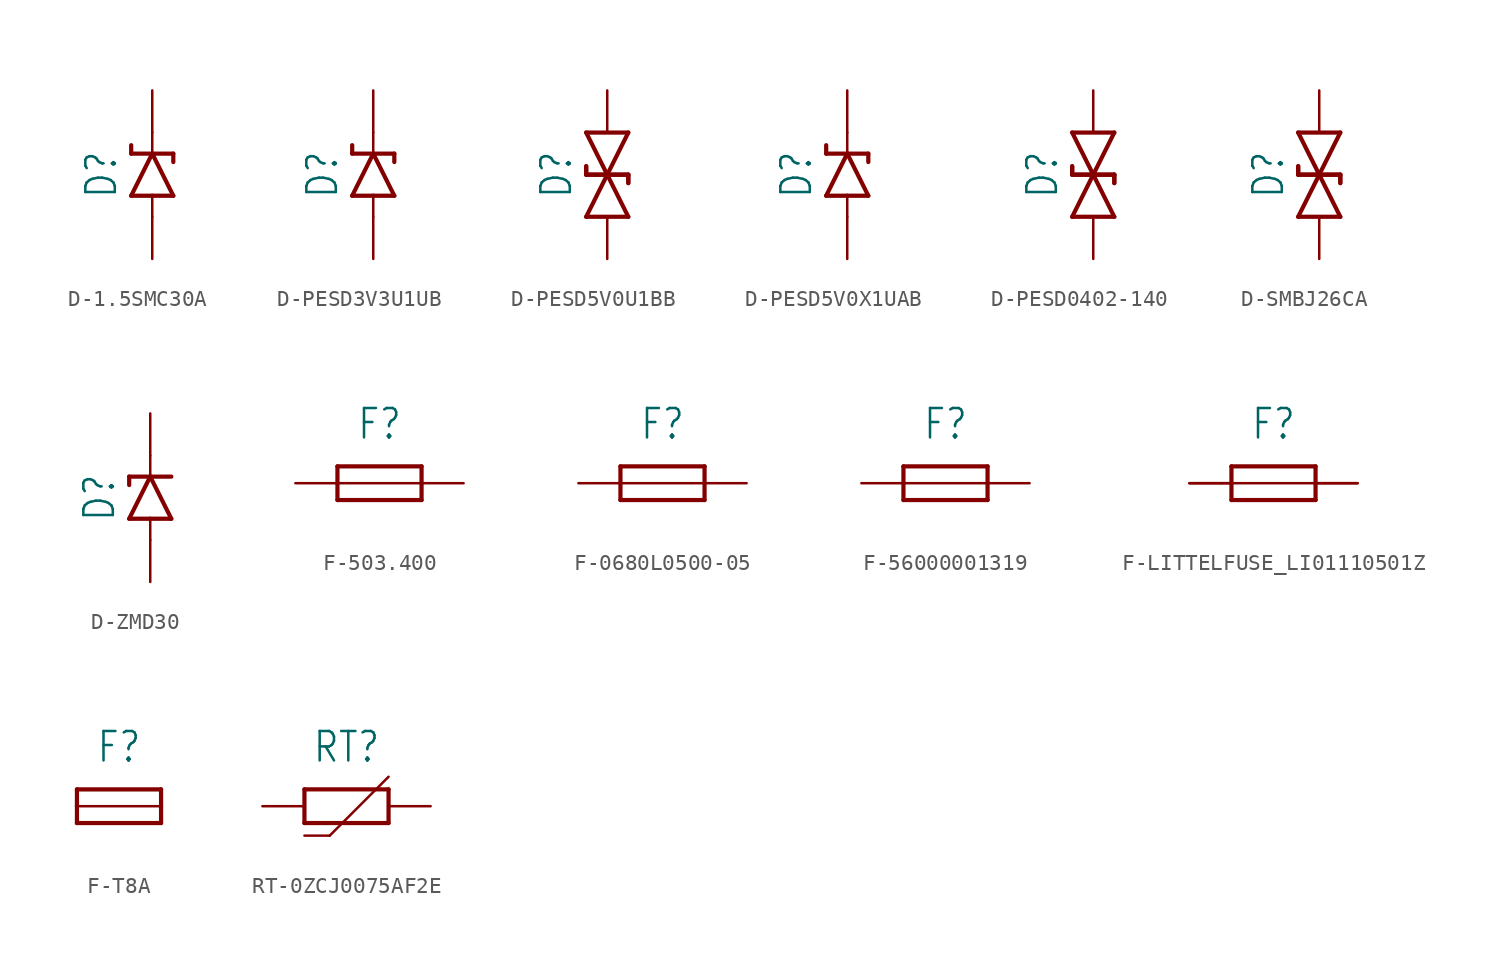
<source format=kicad_sym>
(kicad_symbol_lib
  (version 20231120)
  (generator "kicad_symbol_editor")
  (generator_version "8.0")
  (symbol "D-1.5SMC30A"
    (property "Reference" "D"
      (at -2.032 0 90)
      (effects (font (size 1.778 1.511)) (justify bottom)))
    (property "Value" ""
      (at 2.032 0 90)
      (effects (font (size 1.778 1.511)) (justify top)))
    (property "ki_locked" ""
      (at 0 0 0)
      (effects (font (size 1.27 1.27))))
    (symbol "D-1.5SMC30A_1_0"
      (polyline (pts (xy -1.27 -1.27) (xy 0 -1.27)) (stroke (width 0.254) (type solid)) (fill (type none)))
      (polyline (pts (xy -1.27 1.27) (xy -1.27 1.778)) (stroke (width 0.254) (type solid)) (fill (type none)))
      (polyline (pts (xy -1.27 1.27) (xy 0 1.27)) (stroke (width 0.254) (type solid)) (fill (type none)))
      (polyline (pts (xy 0 -2.54) (xy 0 -1.27)) (stroke (width 0.152) (type solid)) (fill (type none)))
      (polyline (pts (xy 0 -1.27) (xy 1.27 -1.27)) (stroke (width 0.254) (type solid)) (fill (type none)))
      (polyline (pts (xy 0 1.27) (xy -1.27 -1.27)) (stroke (width 0.254) (type solid)) (fill (type none)))
      (polyline (pts (xy 0 1.27) (xy 1.27 1.27)) (stroke (width 0.254) (type solid)) (fill (type none)))
      (polyline (pts (xy 0 2.54) (xy 0 1.27)) (stroke (width 0.152) (type solid)) (fill (type none)))
      (polyline (pts (xy 1.27 -1.27) (xy 0 1.27)) (stroke (width 0.254) (type solid)) (fill (type none)))
      (polyline (pts (xy 1.27 1.27) (xy 1.27 0.762)) (stroke (width 0.254) (type solid)) (fill (type none)))
      (pin passive line (at 0 -5.08 90) (length 2.54) (name "A" (effects (font (size 0 0)))) (number "A" (effects (font (size 0 0)))))
      (pin passive line (at 0 5.08 270) (length 2.54) (name "C" (effects (font (size 0 0)))) (number "C" (effects (font (size 0 0)))))))
  (symbol "D-PESD3V3U1UB"
    (property "Reference" "D"
      (at -2.032 0 90)
      (effects (font (size 1.778 1.511)) (justify bottom)))
    (property "Value" ""
      (at 2.032 0 90)
      (effects (font (size 1.778 1.511)) (justify top)))
    (property "ki_locked" ""
      (at 0 0 0)
      (effects (font (size 1.27 1.27))))
    (symbol "D-PESD3V3U1UB_1_0"
      (polyline (pts (xy -1.27 -1.27) (xy 0 -1.27)) (stroke (width 0.254) (type solid)) (fill (type none)))
      (polyline (pts (xy -1.27 1.27) (xy -1.27 1.778)) (stroke (width 0.254) (type solid)) (fill (type none)))
      (polyline (pts (xy -1.27 1.27) (xy 0 1.27)) (stroke (width 0.254) (type solid)) (fill (type none)))
      (polyline (pts (xy 0 -2.54) (xy 0 -1.27)) (stroke (width 0.152) (type solid)) (fill (type none)))
      (polyline (pts (xy 0 -1.27) (xy 1.27 -1.27)) (stroke (width 0.254) (type solid)) (fill (type none)))
      (polyline (pts (xy 0 1.27) (xy -1.27 -1.27)) (stroke (width 0.254) (type solid)) (fill (type none)))
      (polyline (pts (xy 0 1.27) (xy 1.27 1.27)) (stroke (width 0.254) (type solid)) (fill (type none)))
      (polyline (pts (xy 0 2.54) (xy 0 1.27)) (stroke (width 0.152) (type solid)) (fill (type none)))
      (polyline (pts (xy 1.27 -1.27) (xy 0 1.27)) (stroke (width 0.254) (type solid)) (fill (type none)))
      (polyline (pts (xy 1.27 1.27) (xy 1.27 0.762)) (stroke (width 0.254) (type solid)) (fill (type none)))
      (pin passive line (at 0 5.08 270) (length 2.54) (name "C" (effects (font (size 0 0)))) (number "1" (effects (font (size 0 0)))))
      (pin passive line (at 0 -5.08 90) (length 2.54) (name "A" (effects (font (size 0 0)))) (number "2" (effects (font (size 0 0)))))))
  (symbol "D-PESD5V0U1BB"
    (property "Reference" "D"
      (at -2.032 0 90)
      (effects (font (size 1.778 1.511)) (justify bottom)))
    (property "Value" ""
      (at 2.032 0 90)
      (effects (font (size 1.778 1.511)) (justify top)))
    (property "ki_locked" ""
      (at 0 0 0)
      (effects (font (size 1.27 1.27))))
    (symbol "D-PESD5V0U1BB_1_0"
      (polyline (pts (xy -1.27 -2.54) (xy 1.27 -2.54)) (stroke (width 0.254) (type solid)) (fill (type none)))
      (polyline (pts (xy -1.27 0) (xy -1.27 0.508)) (stroke (width 0.254) (type solid)) (fill (type none)))
      (polyline (pts (xy -1.27 0) (xy -1.27 0.508)) (stroke (width 0.254) (type solid)) (fill (type none)))
      (polyline (pts (xy -1.27 0) (xy 0 0)) (stroke (width 0.254) (type solid)) (fill (type none)))
      (polyline (pts (xy -1.27 2.54) (xy 0 0)) (stroke (width 0.254) (type solid)) (fill (type none)))
      (polyline (pts (xy 0 0) (xy -1.27 -2.54)) (stroke (width 0.254) (type solid)) (fill (type none)))
      (polyline (pts (xy 0 0) (xy -1.27 0)) (stroke (width 0.254) (type solid)) (fill (type none)))
      (polyline (pts (xy 0 0) (xy 1.27 0)) (stroke (width 0.254) (type solid)) (fill (type none)))
      (polyline (pts (xy 0 0) (xy 1.27 2.54)) (stroke (width 0.254) (type solid)) (fill (type none)))
      (polyline (pts (xy 1.27 -2.54) (xy 0 0)) (stroke (width 0.254) (type solid)) (fill (type none)))
      (polyline (pts (xy 1.27 0) (xy 0 0)) (stroke (width 0.254) (type solid)) (fill (type none)))
      (polyline (pts (xy 1.27 0) (xy 1.27 -0.508)) (stroke (width 0.254) (type solid)) (fill (type none)))
      (polyline (pts (xy 1.27 0) (xy 1.27 -0.508)) (stroke (width 0.254) (type solid)) (fill (type none)))
      (polyline (pts (xy 1.27 2.54) (xy -1.27 2.54)) (stroke (width 0.254) (type solid)) (fill (type none)))
      (pin passive line (at 0 -5.08 90) (length 2.54) (name "C2" (effects (font (size 0 0)))) (number "1" (effects (font (size 0 0)))))
      (pin passive line (at 0 5.08 270) (length 2.54) (name "C1" (effects (font (size 0 0)))) (number "2" (effects (font (size 0 0)))))))
  (symbol "D-PESD5V0X1UAB"
    (property "Reference" "D"
      (at -2.032 0 90)
      (effects (font (size 1.778 1.511)) (justify bottom)))
    (property "Value" ""
      (at 2.032 0 90)
      (effects (font (size 1.778 1.511)) (justify top)))
    (property "ki_locked" ""
      (at 0 0 0)
      (effects (font (size 1.27 1.27))))
    (symbol "D-PESD5V0X1UAB_1_0"
      (polyline (pts (xy -1.27 -1.27) (xy 0 -1.27)) (stroke (width 0.254) (type solid)) (fill (type none)))
      (polyline (pts (xy -1.27 1.27) (xy -1.27 1.778)) (stroke (width 0.254) (type solid)) (fill (type none)))
      (polyline (pts (xy -1.27 1.27) (xy 0 1.27)) (stroke (width 0.254) (type solid)) (fill (type none)))
      (polyline (pts (xy 0 -2.54) (xy 0 -1.27)) (stroke (width 0.152) (type solid)) (fill (type none)))
      (polyline (pts (xy 0 -1.27) (xy 1.27 -1.27)) (stroke (width 0.254) (type solid)) (fill (type none)))
      (polyline (pts (xy 0 1.27) (xy -1.27 -1.27)) (stroke (width 0.254) (type solid)) (fill (type none)))
      (polyline (pts (xy 0 1.27) (xy 1.27 1.27)) (stroke (width 0.254) (type solid)) (fill (type none)))
      (polyline (pts (xy 0 2.54) (xy 0 1.27)) (stroke (width 0.152) (type solid)) (fill (type none)))
      (polyline (pts (xy 1.27 -1.27) (xy 0 1.27)) (stroke (width 0.254) (type solid)) (fill (type none)))
      (polyline (pts (xy 1.27 1.27) (xy 1.27 0.762)) (stroke (width 0.254) (type solid)) (fill (type none)))
      (pin passive line (at 0 5.08 270) (length 2.54) (name "C" (effects (font (size 0 0)))) (number "1" (effects (font (size 0 0)))))
      (pin passive line (at 0 -5.08 90) (length 2.54) (name "A" (effects (font (size 0 0)))) (number "2" (effects (font (size 0 0)))))))
  (symbol "D-PESD0402-140"
    (property "Reference" "D"
      (at -2.032 0 90)
      (effects (font (size 1.778 1.511)) (justify bottom)))
    (property "Value" ""
      (at 2.032 0 90)
      (effects (font (size 1.778 1.511)) (justify top)))
    (property "ki_locked" ""
      (at 0 0 0)
      (effects (font (size 1.27 1.27))))
    (symbol "D-PESD0402-140_1_0"
      (polyline (pts (xy -1.27 -2.54) (xy 1.27 -2.54)) (stroke (width 0.254) (type solid)) (fill (type none)))
      (polyline (pts (xy -1.27 0) (xy -1.27 0.508)) (stroke (width 0.254) (type solid)) (fill (type none)))
      (polyline (pts (xy -1.27 0) (xy -1.27 0.508)) (stroke (width 0.254) (type solid)) (fill (type none)))
      (polyline (pts (xy -1.27 0) (xy 0 0)) (stroke (width 0.254) (type solid)) (fill (type none)))
      (polyline (pts (xy -1.27 2.54) (xy 0 0)) (stroke (width 0.254) (type solid)) (fill (type none)))
      (polyline (pts (xy 0 0) (xy -1.27 -2.54)) (stroke (width 0.254) (type solid)) (fill (type none)))
      (polyline (pts (xy 0 0) (xy -1.27 0)) (stroke (width 0.254) (type solid)) (fill (type none)))
      (polyline (pts (xy 0 0) (xy 1.27 0)) (stroke (width 0.254) (type solid)) (fill (type none)))
      (polyline (pts (xy 0 0) (xy 1.27 2.54)) (stroke (width 0.254) (type solid)) (fill (type none)))
      (polyline (pts (xy 1.27 -2.54) (xy 0 0)) (stroke (width 0.254) (type solid)) (fill (type none)))
      (polyline (pts (xy 1.27 0) (xy 0 0)) (stroke (width 0.254) (type solid)) (fill (type none)))
      (polyline (pts (xy 1.27 0) (xy 1.27 -0.508)) (stroke (width 0.254) (type solid)) (fill (type none)))
      (polyline (pts (xy 1.27 0) (xy 1.27 -0.508)) (stroke (width 0.254) (type solid)) (fill (type none)))
      (polyline (pts (xy 1.27 2.54) (xy -1.27 2.54)) (stroke (width 0.254) (type solid)) (fill (type none)))
      (pin passive line (at 0 -5.08 90) (length 2.54) (name "C2" (effects (font (size 0 0)))) (number "1" (effects (font (size 0 0)))))
      (pin passive line (at 0 5.08 270) (length 2.54) (name "C1" (effects (font (size 0 0)))) (number "2" (effects (font (size 0 0)))))))
  (symbol "D-SMBJ26CA"
    (property "Reference" "D"
      (at -2.032 0 90)
      (effects (font (size 1.778 1.511)) (justify bottom)))
    (property "Value" ""
      (at 2.032 0 90)
      (effects (font (size 1.778 1.511)) (justify top)))
    (property "ki_locked" ""
      (at 0 0 0)
      (effects (font (size 1.27 1.27))))
    (symbol "D-SMBJ26CA_1_0"
      (polyline (pts (xy -1.27 -2.54) (xy 1.27 -2.54)) (stroke (width 0.254) (type solid)) (fill (type none)))
      (polyline (pts (xy -1.27 0) (xy -1.27 0.508)) (stroke (width 0.254) (type solid)) (fill (type none)))
      (polyline (pts (xy -1.27 0) (xy -1.27 0.508)) (stroke (width 0.254) (type solid)) (fill (type none)))
      (polyline (pts (xy -1.27 0) (xy 0 0)) (stroke (width 0.254) (type solid)) (fill (type none)))
      (polyline (pts (xy -1.27 2.54) (xy 0 0)) (stroke (width 0.254) (type solid)) (fill (type none)))
      (polyline (pts (xy 0 0) (xy -1.27 -2.54)) (stroke (width 0.254) (type solid)) (fill (type none)))
      (polyline (pts (xy 0 0) (xy -1.27 0)) (stroke (width 0.254) (type solid)) (fill (type none)))
      (polyline (pts (xy 0 0) (xy 1.27 0)) (stroke (width 0.254) (type solid)) (fill (type none)))
      (polyline (pts (xy 0 0) (xy 1.27 2.54)) (stroke (width 0.254) (type solid)) (fill (type none)))
      (polyline (pts (xy 1.27 -2.54) (xy 0 0)) (stroke (width 0.254) (type solid)) (fill (type none)))
      (polyline (pts (xy 1.27 0) (xy 0 0)) (stroke (width 0.254) (type solid)) (fill (type none)))
      (polyline (pts (xy 1.27 0) (xy 1.27 -0.508)) (stroke (width 0.254) (type solid)) (fill (type none)))
      (polyline (pts (xy 1.27 0) (xy 1.27 -0.508)) (stroke (width 0.254) (type solid)) (fill (type none)))
      (polyline (pts (xy 1.27 2.54) (xy -1.27 2.54)) (stroke (width 0.254) (type solid)) (fill (type none)))
      (pin passive line (at 0 -5.08 90) (length 2.54) (name "C2" (effects (font (size 0 0)))) (number "A" (effects (font (size 0 0)))))
      (pin passive line (at 0 5.08 270) (length 2.54) (name "C1" (effects (font (size 0 0)))) (number "C" (effects (font (size 0 0)))))))
  (symbol "D-ZMD30"
    (property "Reference" "D"
      (at -2.032 0 90)
      (effects (font (size 1.778 1.511)) (justify bottom)))
    (property "Value" ""
      (at 2.032 0 90)
      (effects (font (size 1.778 1.511)) (justify top)))
    (property "ki_locked" ""
      (at 0 0 0)
      (effects (font (size 1.27 1.27))))
    (symbol "D-ZMD30_1_0"
      (polyline (pts (xy -1.27 -1.27) (xy 0 -1.27)) (stroke (width 0.254) (type solid)) (fill (type none)))
      (polyline (pts (xy -1.27 1.27) (xy -1.27 0.762)) (stroke (width 0.254) (type solid)) (fill (type none)))
      (polyline (pts (xy -1.27 1.27) (xy 0 1.27)) (stroke (width 0.254) (type solid)) (fill (type none)))
      (polyline (pts (xy 0 -2.54) (xy 0 -1.27)) (stroke (width 0.152) (type solid)) (fill (type none)))
      (polyline (pts (xy 0 -1.27) (xy 1.27 -1.27)) (stroke (width 0.254) (type solid)) (fill (type none)))
      (polyline (pts (xy 0 1.27) (xy -1.27 -1.27)) (stroke (width 0.254) (type solid)) (fill (type none)))
      (polyline (pts (xy 0 1.27) (xy 1.27 1.27)) (stroke (width 0.254) (type solid)) (fill (type none)))
      (polyline (pts (xy 0 2.54) (xy 0 1.27)) (stroke (width 0.152) (type solid)) (fill (type none)))
      (polyline (pts (xy 1.27 -1.27) (xy 0 1.27)) (stroke (width 0.254) (type solid)) (fill (type none)))
      (pin passive line (at 0 -5.08 90) (length 2.54) (name "GND" (effects (font (size 0 0)))) (number "1" (effects (font (size 0 0)))))
      (pin passive line (at 0 5.08 270) (length 2.54) (name "IN" (effects (font (size 0 0)))) (number "2" (effects (font (size 0 0)))))))
  (symbol "F-503.400"
    (property "Reference" "F"
      (at 0 2.54 0)
      (effects (font (size 1.778 1.511)) (justify bottom)))
    (property "Value" ""
      (at 0 -2.54 0)
      (effects (font (size 1.778 1.511)) (justify top)))
    (property "ki_locked" ""
      (at 0 0 0)
      (effects (font (size 1.27 1.27))))
    (symbol "F-503.400_1_0"
      (polyline (pts (xy -2.54 -1.016) (xy -2.54 0)) (stroke (width 0.254) (type solid)) (fill (type none)))
      (polyline (pts (xy -2.54 0) (xy -2.54 1.016)) (stroke (width 0.254) (type solid)) (fill (type none)))
      (polyline (pts (xy -2.54 0) (xy 2.54 0)) (stroke (width 0.152) (type solid)) (fill (type none)))
      (polyline (pts (xy -2.54 1.016) (xy 2.54 1.016)) (stroke (width 0.254) (type solid)) (fill (type none)))
      (polyline (pts (xy 2.54 -1.016) (xy -2.54 -1.016)) (stroke (width 0.254) (type solid)) (fill (type none)))
      (polyline (pts (xy 2.54 0) (xy 2.54 -1.016)) (stroke (width 0.254) (type solid)) (fill (type none)))
      (polyline (pts (xy 2.54 1.016) (xy 2.54 0)) (stroke (width 0.254) (type solid)) (fill (type none)))
      (pin passive line (at -5.08 0 0) (length 2.54) (name "1" (effects (font (size 0 0)))) (number "1" (effects (font (size 0 0)))))
      (pin passive line (at 5.08 0 180) (length 2.54) (name "2" (effects (font (size 0 0)))) (number "2" (effects (font (size 0 0)))))))
  (symbol "F-0680L0500-05"
    (property "Reference" "F"
      (at 0 2.54 0)
      (effects (font (size 1.778 1.511)) (justify bottom)))
    (property "Value" ""
      (at 0 -2.54 0)
      (effects (font (size 1.778 1.511)) (justify top)))
    (property "ki_locked" ""
      (at 0 0 0)
      (effects (font (size 1.27 1.27))))
    (symbol "F-0680L0500-05_1_0"
      (polyline (pts (xy -2.54 -1.016) (xy -2.54 0)) (stroke (width 0.254) (type solid)) (fill (type none)))
      (polyline (pts (xy -2.54 0) (xy -2.54 1.016)) (stroke (width 0.254) (type solid)) (fill (type none)))
      (polyline (pts (xy -2.54 0) (xy 2.54 0)) (stroke (width 0.152) (type solid)) (fill (type none)))
      (polyline (pts (xy -2.54 1.016) (xy 2.54 1.016)) (stroke (width 0.254) (type solid)) (fill (type none)))
      (polyline (pts (xy 2.54 -1.016) (xy -2.54 -1.016)) (stroke (width 0.254) (type solid)) (fill (type none)))
      (polyline (pts (xy 2.54 0) (xy 2.54 -1.016)) (stroke (width 0.254) (type solid)) (fill (type none)))
      (polyline (pts (xy 2.54 1.016) (xy 2.54 0)) (stroke (width 0.254) (type solid)) (fill (type none)))
      (pin passive line (at -5.08 0 0) (length 2.54) (name "1" (effects (font (size 0 0)))) (number "1" (effects (font (size 0 0)))))
      (pin passive line (at 5.08 0 180) (length 2.54) (name "2" (effects (font (size 0 0)))) (number "2" (effects (font (size 0 0)))))))
  (symbol "F-56000001319"
    (property "Reference" "F"
      (at 0 2.54 0)
      (effects (font (size 1.778 1.511)) (justify bottom)))
    (property "Value" ""
      (at 0 -2.54 0)
      (effects (font (size 1.778 1.511)) (justify top)))
    (property "ki_locked" ""
      (at 0 0 0)
      (effects (font (size 1.27 1.27))))
    (symbol "F-56000001319_1_0"
      (polyline (pts (xy -2.54 -1.016) (xy -2.54 0)) (stroke (width 0.254) (type solid)) (fill (type none)))
      (polyline (pts (xy -2.54 0) (xy -2.54 1.016)) (stroke (width 0.254) (type solid)) (fill (type none)))
      (polyline (pts (xy -2.54 0) (xy 2.54 0)) (stroke (width 0.152) (type solid)) (fill (type none)))
      (polyline (pts (xy -2.54 1.016) (xy 2.54 1.016)) (stroke (width 0.254) (type solid)) (fill (type none)))
      (polyline (pts (xy 2.54 -1.016) (xy -2.54 -1.016)) (stroke (width 0.254) (type solid)) (fill (type none)))
      (polyline (pts (xy 2.54 0) (xy 2.54 -1.016)) (stroke (width 0.254) (type solid)) (fill (type none)))
      (polyline (pts (xy 2.54 1.016) (xy 2.54 0)) (stroke (width 0.254) (type solid)) (fill (type none)))
      (pin passive line (at -5.08 0 0) (length 2.54) (name "1" (effects (font (size 0 0)))) (number "1" (effects (font (size 0 0)))))
      (pin passive line (at 5.08 0 180) (length 2.54) (name "2" (effects (font (size 0 0)))) (number "2" (effects (font (size 0 0)))))))
  (symbol "F-LITTELFUSE_LI01110501Z"
    (property "Reference" "F"
      (at 0 2.54 0)
      (effects (font (size 1.778 1.511)) (justify bottom)))
    (property "Value" ""
      (at 0 -2.54 0)
      (effects (font (size 1.778 1.511)) (justify top)))
    (property "ki_locked" ""
      (at 0 0 0)
      (effects (font (size 1.27 1.27))))
    (symbol "F-LITTELFUSE_LI01110501Z_1_0"
      (polyline (pts (xy -2.54 -1.016) (xy -2.54 0)) (stroke (width 0.254) (type solid)) (fill (type none)))
      (polyline (pts (xy -2.54 0) (xy -2.54 1.016)) (stroke (width 0.254) (type solid)) (fill (type none)))
      (polyline (pts (xy -2.54 0) (xy 2.54 0)) (stroke (width 0.152) (type solid)) (fill (type none)))
      (polyline (pts (xy -2.54 1.016) (xy 2.54 1.016)) (stroke (width 0.254) (type solid)) (fill (type none)))
      (polyline (pts (xy 2.54 -1.016) (xy -2.54 -1.016)) (stroke (width 0.254) (type solid)) (fill (type none)))
      (polyline (pts (xy 2.54 0) (xy 2.54 -1.016)) (stroke (width 0.254) (type solid)) (fill (type none)))
      (polyline (pts (xy 2.54 1.016) (xy 2.54 0)) (stroke (width 0.254) (type solid)) (fill (type none)))
      (pin passive line (at -5.08 0 0) (length 2.54) (name "1" (effects (font (size 0 0)))) (number "1" (effects (font (size 0 0)))))
      (pin passive line (at -5.08 0 0) (length 2.54) (name "1" (effects (font (size 0 0)))) (number "2" (effects (font (size 0 0)))))
      (pin passive line (at 5.08 0 180) (length 2.54) (name "2" (effects (font (size 0 0)))) (number "3" (effects (font (size 0 0)))))
      (pin passive line (at 5.08 0 180) (length 2.54) (name "2" (effects (font (size 0 0)))) (number "4" (effects (font (size 0 0)))))))
  (symbol "F-T8A"
    (property "Reference" "F"
      (at 0 2.54 0)
      (effects (font (size 1.778 1.511)) (justify bottom)))
    (property "Value" ""
      (at 0 -2.54 0)
      (effects (font (size 1.778 1.511)) (justify top)))
    (property "ki_locked" ""
      (at 0 0 0)
      (effects (font (size 1.27 1.27))))
    (symbol "F-T8A_1_0"
      (polyline (pts (xy -2.54 -1.016) (xy -2.54 0)) (stroke (width 0.254) (type solid)) (fill (type none)))
      (polyline (pts (xy -2.54 0) (xy -2.54 1.016)) (stroke (width 0.254) (type solid)) (fill (type none)))
      (polyline (pts (xy -2.54 0) (xy 2.54 0)) (stroke (width 0.152) (type solid)) (fill (type none)))
      (polyline (pts (xy -2.54 1.016) (xy 2.54 1.016)) (stroke (width 0.254) (type solid)) (fill (type none)))
      (polyline (pts (xy 2.54 -1.016) (xy -2.54 -1.016)) (stroke (width 0.254) (type solid)) (fill (type none)))
      (polyline (pts (xy 2.54 0) (xy 2.54 -1.016)) (stroke (width 0.254) (type solid)) (fill (type none)))
      (polyline (pts (xy 2.54 1.016) (xy 2.54 0)) (stroke (width 0.254) (type solid)) (fill (type none)))))
  (symbol "RT-0ZCJ0075AF2E"
    (property "Reference" "RT"
      (at 0 2.54 0)
      (effects (font (size 1.778 1.511)) (justify bottom)))
    (property "Value" ""
      (at 0 -2.54 0)
      (effects (font (size 1.778 1.511)) (justify top)))
    (property "ki_locked" ""
      (at 0 0 0)
      (effects (font (size 1.27 1.27))))
    (symbol "RT-0ZCJ0075AF2E_1_0"
      (polyline (pts (xy -2.54 -1.778) (xy -1.016 -1.778)) (stroke (width 0.152) (type solid)) (fill (type none)))
      (polyline (pts (xy -2.54 -1.016) (xy -2.54 1.016)) (stroke (width 0.254) (type solid)) (fill (type none)))
      (polyline (pts (xy -2.54 1.016) (xy 2.54 1.016)) (stroke (width 0.254) (type solid)) (fill (type none)))
      (polyline (pts (xy -1.016 -1.778) (xy 2.54 1.778)) (stroke (width 0.152) (type solid)) (fill (type none)))
      (polyline (pts (xy 2.54 -1.016) (xy -2.54 -1.016)) (stroke (width 0.254) (type solid)) (fill (type none)))
      (polyline (pts (xy 2.54 1.016) (xy 2.54 -1.016)) (stroke (width 0.254) (type solid)) (fill (type none)))
      (pin passive line (at -5.08 0 0) (length 2.54) (name "1" (effects (font (size 0 0)))) (number "1" (effects (font (size 0 0)))))
      (pin passive line (at 5.08 0 180) (length 2.54) (name "2" (effects (font (size 0 0)))) (number "2" (effects (font (size 0 0))))))))
</source>
